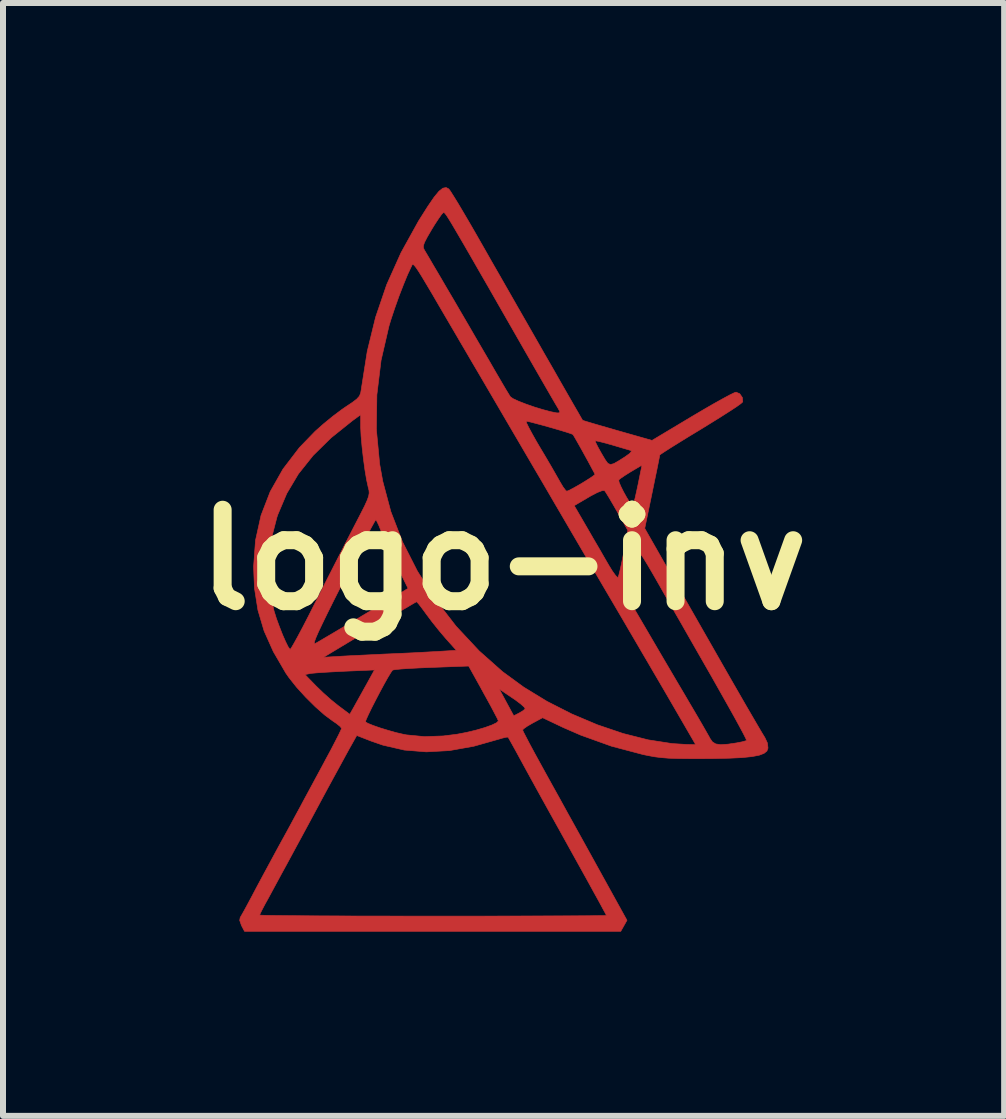
<source format=kicad_pcb>
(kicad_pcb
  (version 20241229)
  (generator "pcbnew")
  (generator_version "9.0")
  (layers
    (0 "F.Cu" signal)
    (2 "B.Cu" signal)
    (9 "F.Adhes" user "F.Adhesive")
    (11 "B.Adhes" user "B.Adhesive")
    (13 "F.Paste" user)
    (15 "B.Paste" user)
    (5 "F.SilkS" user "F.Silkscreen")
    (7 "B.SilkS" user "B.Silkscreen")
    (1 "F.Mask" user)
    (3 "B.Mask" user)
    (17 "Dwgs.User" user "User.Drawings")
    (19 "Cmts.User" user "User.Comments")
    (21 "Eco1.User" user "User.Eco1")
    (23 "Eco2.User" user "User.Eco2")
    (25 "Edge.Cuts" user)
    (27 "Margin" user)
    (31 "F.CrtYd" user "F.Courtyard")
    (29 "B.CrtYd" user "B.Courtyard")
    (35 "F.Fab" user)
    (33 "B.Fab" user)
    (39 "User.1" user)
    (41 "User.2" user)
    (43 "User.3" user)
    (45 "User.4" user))
  (footprint "logo-inv"
    (layer "F.Cu")
    (at 5.341 6.279)
    (property "Reference" "logo-inv" (at 0 0 0) (layer "F.SilkS") (effects (font (size 1.524 1.524) (thickness 0.3))))
    (attr through_hole)
    (fp_poly (pts (xy -0.913 -6.181) (xy -0.886 -6.145) (xy -0.832 -6.06) (xy -0.755 -5.935) (xy -0.662 -5.778) (xy -0.554 -5.594) (xy -0.438 -5.393) (xy -0.423 -5.366) (xy -0.316 -5.179) (xy -0.194 -4.964) (xy -0.059 -4.729) (xy 0.085 -4.477) (xy 0.234 -4.216) (xy 0.386 -3.951) (xy 0.537 -3.687) (xy 0.683 -3.431) (xy 0.823 -3.188) (xy 0.951 -2.963) (xy 1.065 -2.764) (xy 1.162 -2.595) (xy 1.239 -2.462) (xy 1.291 -2.371) (xy 1.316 -2.328) (xy 1.317 -2.326) (xy 1.348 -2.315) (xy 1.43 -2.29) (xy 1.555 -2.253) (xy 1.711 -2.208) (xy 1.891 -2.156) (xy 1.898 -2.154) (xy 2.474 -1.99) (xy 3.145 -2.392) (xy 3.333 -2.503) (xy 3.506 -2.603) (xy 3.655 -2.686) (xy 3.772 -2.749) (xy 3.849 -2.786) (xy 3.875 -2.794) (xy 3.937 -2.767) (xy 3.98 -2.704) (xy 3.986 -2.635) (xy 3.984 -2.63) (xy 3.953 -2.602) (xy 3.876 -2.547) (xy 3.758 -2.47) (xy 3.609 -2.375) (xy 3.435 -2.267) (xy 3.286 -2.175) (xy 3.099 -2.062) (xy 2.932 -1.959) (xy 2.792 -1.872) (xy 2.686 -1.804) (xy 2.621 -1.761) (xy 2.603 -1.747) (xy 2.597 -1.712) (xy 2.58 -1.625) (xy 2.554 -1.495) (xy 2.52 -1.333) (xy 2.482 -1.147) (xy 2.478 -1.127) (xy 2.353 -0.524) (xy 2.679 0.048) (xy 2.771 0.208) (xy 2.888 0.414) (xy 3.025 0.653) (xy 3.176 0.917) (xy 3.334 1.194) (xy 3.494 1.474) (xy 3.649 1.746) (xy 3.791 1.994) (xy 3.925 2.227) (xy 4.047 2.439) (xy 4.155 2.624) (xy 4.243 2.775) (xy 4.309 2.887) (xy 4.348 2.951) (xy 4.355 2.962) (xy 4.397 3.052) (xy 4.407 3.137) (xy 4.389 3.186) (xy 4.341 3.225) (xy 4.26 3.256) (xy 4.139 3.279) (xy 3.973 3.296) (xy 3.758 3.306) (xy 3.486 3.312) (xy 3.334 3.313) (xy 3.094 3.313) (xy 2.906 3.311) (xy 2.755 3.306) (xy 2.63 3.296) (xy 2.517 3.282) (xy 2.404 3.261) (xy 2.326 3.245) (xy 1.8 3.106) (xy 1.288 2.922) (xy 0.996 2.795) (xy 0.651 2.631) (xy 0.484 2.721) (xy 0.396 2.772) (xy 0.335 2.815) (xy 0.318 2.835) (xy 0.332 2.869) (xy 0.374 2.95) (xy 0.437 3.071) (xy 0.519 3.223) (xy 0.615 3.398) (xy 0.681 3.518) (xy 0.793 3.721) (xy 0.928 3.964) (xy 1.077 4.235) (xy 1.234 4.518) (xy 1.389 4.798) (xy 1.535 5.062) (xy 1.551 5.091) (xy 2.057 6.007) (xy 2.005 6.099) (xy 1.953 6.191) (xy -1.182 6.191) (xy -4.316 6.191) (xy -4.367 6.094) (xy -4.397 6.008) (xy -4.388 5.959) (xy -4.364 5.92) (xy -4.064 5.92) (xy -4.033 5.922) (xy -3.943 5.925) (xy -3.798 5.927) (xy -3.604 5.929) (xy -3.363 5.931) (xy -3.081 5.933) (xy -2.763 5.934) (xy -2.412 5.936) (xy -2.034 5.936) (xy -1.632 5.937) (xy -1.211 5.937) (xy -1.175 5.937) (xy -0.752 5.937) (xy -0.349 5.937) (xy 0.032 5.936) (xy 0.385 5.935) (xy 0.707 5.934) (xy 0.992 5.933) (xy 1.236 5.932) (xy 1.434 5.931) (xy 1.583 5.929) (xy 1.678 5.928) (xy 1.714 5.926) (xy 1.714 5.926) (xy 1.7 5.896) (xy 1.657 5.818) (xy 1.592 5.697) (xy 1.505 5.54) (xy 1.403 5.354) (xy 1.287 5.145) (xy 1.196 4.981) (xy 1.037 4.694) (xy 0.904 4.454) (xy 0.793 4.255) (xy 0.7 4.087) (xy 0.62 3.943) (xy 0.55 3.816) (xy 0.484 3.696) (xy 0.419 3.578) (xy 0.35 3.452) (xy 0.277 3.318) (xy 0.204 3.184) (xy 0.142 3.072) (xy 0.097 2.992) (xy 0.076 2.956) (xy 0.075 2.955) (xy 0.041 2.956) (xy -0.031 2.974) (xy -0.056 2.982) (xy -0.494 3.106) (xy -0.902 3.179) (xy -1.287 3.2) (xy -1.655 3.17) (xy -2.011 3.088) (xy -2.21 3.019) (xy -2.446 2.927) (xy -2.52 3.059) (xy -2.567 3.142) (xy -2.637 3.27) (xy -2.724 3.43) (xy -2.823 3.611) (xy -2.927 3.802) (xy -3.029 3.991) (xy -3.119 4.159) (xy -3.177 4.267) (xy -3.255 4.412) (xy -3.344 4.577) (xy -3.434 4.743) (xy -3.445 4.763) (xy -3.534 4.928) (xy -3.624 5.094) (xy -3.705 5.242) (xy -3.766 5.355) (xy -3.772 5.366) (xy -3.844 5.499) (xy -3.919 5.638) (xy -3.974 5.737) (xy -4.022 5.828) (xy -4.055 5.895) (xy -4.064 5.92) (xy -4.364 5.92) (xy -4.363 5.917) (xy -4.315 5.832) (xy -4.252 5.715) (xy -4.179 5.579) (xy -4.178 5.576) (xy -4.097 5.423) (xy -3.996 5.235) (xy -3.885 5.03) (xy -3.777 4.83) (xy -3.734 4.751) (xy -3.636 4.573) (xy -3.539 4.395) (xy -3.452 4.233) (xy -3.381 4.103) (xy -3.352 4.048) (xy -3.296 3.944) (xy -3.217 3.798) (xy -3.125 3.627) (xy -3.027 3.446) (xy -2.966 3.331) (xy -2.879 3.17) (xy -2.805 3.027) (xy -2.746 2.912) (xy -2.71 2.836) (xy -2.699 2.807) (xy -2.724 2.776) (xy -2.787 2.725) (xy -2.826 2.699) (xy -2.302 2.699) (xy -2.301 2.7) (xy -2.262 2.724) (xy -2.176 2.759) (xy -2.059 2.8) (xy -1.925 2.841) (xy -1.791 2.879) (xy -1.67 2.907) (xy -1.619 2.917) (xy -1.318 2.946) (xy -1.004 2.935) (xy -0.774 2.906) (xy -0.613 2.875) (xy -0.455 2.837) (xy -0.312 2.795) (xy -0.195 2.753) (xy -0.116 2.715) (xy -0.086 2.685) (xy -0.087 2.683) (xy -0.103 2.645) (xy -0.146 2.563) (xy -0.208 2.445) (xy -0.286 2.303) (xy -0.337 2.211) (xy -0.368 2.153) (xy -0.071 2.153) (xy 0.049 2.376) (xy 0.17 2.599) (xy 0.258 2.554) (xy 0.325 2.514) (xy 0.361 2.483) (xy 0.344 2.454) (xy 0.285 2.401) (xy 0.195 2.333) (xy 0.153 2.305) (xy -0.071 2.153) (xy -0.368 2.153) (xy -0.581 1.77) (xy -1.203 1.793) (xy -1.396 1.801) (xy -1.567 1.81) (xy -1.706 1.819) (xy -1.803 1.829) (xy -1.848 1.837) (xy -1.849 1.838) (xy -1.879 1.88) (xy -1.929 1.963) (xy -1.992 2.075) (xy -2.062 2.205) (xy -2.133 2.341) (xy -2.199 2.47) (xy -2.253 2.581) (xy -2.289 2.661) (xy -2.302 2.699) (xy -2.826 2.699) (xy -2.848 2.684) (xy -2.983 2.584) (xy -3.138 2.447) (xy -3.298 2.288) (xy -3.45 2.121) (xy -3.577 1.961) (xy -3.611 1.912) (xy -3.309 1.912) (xy -3.123 2.103) (xy -3.005 2.217) (xy -2.872 2.335) (xy -2.752 2.432) (xy -2.749 2.434) (xy -2.562 2.574) (xy -2.494 2.454) (xy -2.447 2.369) (xy -2.381 2.251) (xy -2.309 2.121) (xy -2.288 2.084) (xy -2.151 1.835) (xy -2.639 1.856) (xy -2.816 1.865) (xy -2.977 1.874) (xy -3.108 1.883) (xy -3.196 1.891) (xy -3.218 1.894) (xy -3.309 1.912) (xy -3.611 1.912) (xy -3.629 1.886) (xy -3.781 1.624) (xy -3 1.624) (xy -2.699 1.606) (xy -2.552 1.598) (xy -2.363 1.589) (xy -2.157 1.579) (xy -1.954 1.569) (xy -1.921 1.568) (xy -1.718 1.559) (xy -1.503 1.549) (xy -1.301 1.538) (xy -1.135 1.529) (xy -1.116 1.528) (xy -0.786 1.508) (xy -0.961 1.313) (xy -1.071 1.183) (xy -1.189 1.036) (xy -1.285 0.908) (xy -1.356 0.811) (xy -1.412 0.738) (xy -1.445 0.701) (xy -1.448 0.699) (xy -1.478 0.714) (xy -1.555 0.759) (xy -1.672 0.828) (xy -1.823 0.917) (xy -2 1.023) (xy -2.197 1.141) (xy -2.231 1.161) (xy -3 1.624) (xy -3.781 1.624) (xy -3.836 1.53) (xy -3.99 1.185) (xy -4.093 0.838) (xy -4.15 0.475) (xy -4.159 0.272) (xy -3.908 0.272) (xy -3.879 0.596) (xy -3.825 0.85) (xy -3.785 0.978) (xy -3.735 1.114) (xy -3.683 1.247) (xy -3.632 1.363) (xy -3.59 1.448) (xy -3.56 1.49) (xy -3.555 1.492) (xy -3.535 1.465) (xy -3.493 1.393) (xy -3.155 1.393) (xy -3.143 1.397) (xy -3.139 1.395) (xy -3.092 1.369) (xy -2.999 1.314) (xy -2.868 1.237) (xy -2.706 1.141) (xy -2.521 1.031) (xy -2.327 0.916) (xy -1.591 0.476) (xy -1.776 0.103) (xy -1.854 -0.059) (xy -1.93 -0.222) (xy -1.994 -0.365) (xy -2.036 -0.468) (xy -2.076 -0.568) (xy -2.11 -0.64) (xy -2.129 -0.667) (xy -2.147 -0.639) (xy -2.19 -0.562) (xy -2.256 -0.44) (xy -2.34 -0.28) (xy -2.439 -0.088) (xy -2.551 0.13) (xy -2.672 0.366) (xy -2.681 0.384) (xy -2.822 0.663) (xy -2.935 0.89) (xy -3.022 1.069) (xy -3.086 1.204) (xy -3.128 1.301) (xy -3.15 1.362) (xy -3.155 1.393) (xy -3.493 1.393) (xy -3.49 1.388) (xy -3.424 1.268) (xy -3.342 1.114) (xy -3.247 0.93) (xy -3.144 0.726) (xy -3.126 0.691) (xy -3.005 0.45) (xy -2.877 0.199) (xy -2.751 -0.048) (xy -2.634 -0.278) (xy -2.532 -0.476) (xy -2.471 -0.594) (xy -2.38 -0.77) (xy -2.314 -0.9) (xy -2.272 -0.993) (xy -2.248 -1.06) (xy -2.239 -1.112) (xy -2.242 -1.157) (xy -2.254 -1.206) (xy -2.255 -1.208) (xy -2.282 -1.332) (xy -2.31 -1.499) (xy -2.336 -1.691) (xy -2.358 -1.886) (xy -2.374 -2.065) (xy -2.379 -2.169) (xy -2.119 -2.169) (xy -2.064 -1.593) (xy -2.013 -1.31) (xy -1.878 -0.803) (xy -1.684 -0.301) (xy -1.435 0.189) (xy -1.136 0.66) (xy -0.791 1.106) (xy -0.406 1.518) (xy -0.016 1.864) (xy 0.337 2.122) (xy 0.725 2.359) (xy 1.138 2.569) (xy 1.564 2.749) (xy 1.992 2.894) (xy 2.411 3) (xy 2.81 3.062) (xy 3.038 3.076) (xy 3.202 3.08) (xy 2.995 2.723) (xy 2.843 2.461) (xy 2.716 2.242) (xy 2.607 2.055) (xy 2.508 1.886) (xy 2.413 1.723) (xy 2.315 1.556) (xy 2.207 1.371) (xy 2.081 1.156) (xy 2.017 1.046) (xy 1.804 0.683) (xy 2.101 0.683) (xy 2.5 1.365) (xy 2.628 1.584) (xy 2.762 1.812) (xy 2.893 2.035) (xy 3.013 2.238) (xy 3.112 2.407) (xy 3.144 2.461) (xy 3.234 2.614) (xy 3.317 2.757) (xy 3.385 2.876) (xy 3.431 2.957) (xy 3.441 2.977) (xy 3.481 3.034) (xy 3.536 3.068) (xy 3.618 3.08) (xy 3.74 3.072) (xy 3.882 3.051) (xy 3.974 3.033) (xy 4.036 3.016) (xy 4.05 3.009) (xy 4.038 2.979) (xy 3.998 2.899) (xy 3.932 2.776) (xy 3.844 2.615) (xy 3.736 2.422) (xy 3.612 2.202) (xy 3.476 1.961) (xy 3.378 1.79) (xy 3.231 1.533) (xy 3.092 1.29) (xy 2.965 1.067) (xy 2.852 0.871) (xy 2.758 0.706) (xy 2.686 0.581) (xy 2.64 0.5) (xy 2.627 0.476) (xy 2.5 0.254) (xy 2.402 0.086) (xy 2.331 -0.03) (xy 2.286 -0.094) (xy 2.265 -0.111) (xy 2.264 -0.109) (xy 2.255 -0.068) (xy 2.235 0.022) (xy 2.209 0.148) (xy 2.179 0.297) (xy 2.178 0.302) (xy 2.101 0.683) (xy 1.804 0.683) (xy 1.755 0.6) (xy 1.522 0.203) (xy 1.314 -0.152) (xy 1.128 -0.47) (xy 0.96 -0.758) (xy 0.875 -0.903) (xy 1.178 -0.903) (xy 1.399 -0.523) (xy 1.494 -0.358) (xy 1.593 -0.189) (xy 1.682 -0.034) (xy 1.751 0.085) (xy 1.752 0.087) (xy 1.815 0.189) (xy 1.868 0.262) (xy 1.901 0.294) (xy 1.907 0.294) (xy 1.921 0.255) (xy 1.943 0.166) (xy 1.97 0.042) (xy 1.999 -0.107) (xy 2 -0.111) (xy 2.071 -0.492) (xy 1.89 -0.81) (xy 1.816 -0.938) (xy 1.752 -1.047) (xy 1.704 -1.124) (xy 1.682 -1.155) (xy 1.643 -1.153) (xy 1.563 -1.122) (xy 1.454 -1.065) (xy 1.417 -1.043) (xy 1.178 -0.903) (xy 0.875 -0.903) (xy 0.809 -1.016) (xy 0.734 -1.145) (xy 0.633 -1.318) (xy 0.512 -1.524) (xy 0.378 -1.753) (xy 0.237 -1.994) (xy 0.095 -2.236) (xy 0.052 -2.31) (xy 0.376 -2.31) (xy 0.383 -2.282) (xy 0.419 -2.208) (xy 0.477 -2.1) (xy 0.553 -1.965) (xy 0.602 -1.882) (xy 0.698 -1.721) (xy 0.789 -1.566) (xy 0.867 -1.43) (xy 0.925 -1.328) (xy 0.939 -1.303) (xy 0.991 -1.216) (xy 1.034 -1.158) (xy 1.054 -1.143) (xy 1.092 -1.158) (xy 1.17 -1.199) (xy 1.272 -1.257) (xy 1.303 -1.275) (xy 1.395 -1.332) (xy 1.92 -1.332) (xy 1.925 -1.294) (xy 1.955 -1.223) (xy 2 -1.133) (xy 2.051 -1.041) (xy 2.1 -0.963) (xy 2.138 -0.913) (xy 2.155 -0.906) (xy 2.169 -0.943) (xy 2.192 -1.029) (xy 2.219 -1.15) (xy 2.241 -1.252) (xy 2.307 -1.578) (xy 2.121 -1.468) (xy 2.025 -1.408) (xy 1.953 -1.359) (xy 1.92 -1.332) (xy 1.395 -1.332) (xy 1.405 -1.338) (xy 1.482 -1.389) (xy 1.522 -1.42) (xy 1.524 -1.424) (xy 1.51 -1.454) (xy 1.471 -1.526) (xy 1.417 -1.627) (xy 1.353 -1.743) (xy 1.288 -1.861) (xy 1.228 -1.967) (xy 1.219 -1.983) (xy 1.528 -1.983) (xy 1.537 -1.952) (xy 1.572 -1.881) (xy 1.626 -1.784) (xy 1.637 -1.765) (xy 1.695 -1.667) (xy 1.738 -1.608) (xy 1.782 -1.588) (xy 1.84 -1.604) (xy 1.928 -1.655) (xy 2.025 -1.717) (xy 2.103 -1.773) (xy 2.132 -1.81) (xy 2.124 -1.821) (xy 2.075 -1.836) (xy 1.982 -1.863) (xy 1.861 -1.899) (xy 1.81 -1.914) (xy 1.688 -1.948) (xy 1.593 -1.972) (xy 1.536 -1.983) (xy 1.528 -1.983) (xy 1.219 -1.983) (xy 1.181 -2.049) (xy 1.157 -2.088) (xy 1.125 -2.102) (xy 1.046 -2.128) (xy 0.934 -2.162) (xy 0.803 -2.2) (xy 0.669 -2.238) (xy 0.545 -2.271) (xy 0.446 -2.297) (xy 0.387 -2.31) (xy 0.376 -2.31) (xy 0.052 -2.31) (xy 0.047 -2.318) (xy -0.096 -2.563) (xy -0.244 -2.816) (xy -0.389 -3.064) (xy -0.525 -3.295) (xy -0.644 -3.499) (xy -0.74 -3.662) (xy -0.761 -3.699) (xy -0.935 -3.996) (xy -1.079 -4.242) (xy -1.196 -4.443) (xy -1.29 -4.601) (xy -1.363 -4.723) (xy -1.418 -4.811) (xy -1.459 -4.871) (xy -1.487 -4.906) (xy -1.506 -4.921) (xy -1.518 -4.92) (xy -1.527 -4.908) (xy -1.535 -4.889) (xy -1.543 -4.873) (xy -1.6 -4.751) (xy -1.668 -4.585) (xy -1.742 -4.394) (xy -1.813 -4.194) (xy -1.876 -4.005) (xy -1.909 -3.896) (xy -2.041 -3.325) (xy -2.111 -2.748) (xy -2.119 -2.169) (xy -2.379 -2.169) (xy -2.381 -2.208) (xy -2.381 -2.217) (xy -2.381 -2.418) (xy -2.516 -2.32) (xy -2.874 -2.033) (xy -3.173 -1.739) (xy -3.418 -1.432) (xy -3.612 -1.106) (xy -3.761 -0.755) (xy -3.776 -0.711) (xy -3.856 -0.402) (xy -3.9 -0.068) (xy -3.908 0.272) (xy -4.159 0.272) (xy -4.165 0.111) (xy -4.133 -0.325) (xy -4.041 -0.741) (xy -3.888 -1.137) (xy -3.675 -1.513) (xy -3.402 -1.87) (xy -3.139 -2.142) (xy -3 -2.265) (xy -2.845 -2.392) (xy -2.696 -2.504) (xy -2.635 -2.546) (xy -2.518 -2.624) (xy -2.445 -2.68) (xy -2.402 -2.728) (xy -2.381 -2.78) (xy -2.369 -2.849) (xy -2.366 -2.872) (xy -2.271 -3.475) (xy -2.132 -4.043) (xy -1.947 -4.586) (xy -1.709 -5.117) (xy -1.644 -5.235) (xy -1.336 -5.235) (xy -1.334 -5.195) (xy -1.319 -5.163) (xy -1.292 -5.118) (xy -1.237 -5.025) (xy -1.16 -4.893) (xy -1.063 -4.729) (xy -0.953 -4.54) (xy -0.832 -4.335) (xy -0.707 -4.12) (xy -0.58 -3.903) (xy -0.458 -3.692) (xy -0.343 -3.495) (xy -0.24 -3.319) (xy -0.155 -3.171) (xy -0.102 -3.08) (xy -0.026 -2.95) (xy 0.041 -2.836) (xy 0.093 -2.751) (xy 0.115 -2.716) (xy 0.16 -2.685) (xy 0.251 -2.643) (xy 0.374 -2.595) (xy 0.512 -2.547) (xy 0.653 -2.504) (xy 0.779 -2.47) (xy 0.877 -2.45) (xy 0.9 -2.448) (xy 0.935 -2.45) (xy 0.937 -2.472) (xy 0.907 -2.528) (xy 0.895 -2.548) (xy 0.866 -2.597) (xy 0.809 -2.695) (xy 0.728 -2.835) (xy 0.626 -3.012) (xy 0.507 -3.219) (xy 0.375 -3.449) (xy 0.233 -3.697) (xy 0.15 -3.842) (xy -0.065 -4.217) (xy -0.25 -4.541) (xy -0.409 -4.817) (xy -0.542 -5.049) (xy -0.653 -5.241) (xy -0.744 -5.397) (xy -0.816 -5.52) (xy -0.872 -5.615) (xy -0.915 -5.684) (xy -0.946 -5.733) (xy -0.968 -5.763) (xy -0.983 -5.78) (xy -0.993 -5.788) (xy -1 -5.788) (xy -1.001 -5.788) (xy -1.03 -5.76) (xy -1.081 -5.688) (xy -1.148 -5.586) (xy -1.197 -5.506) (xy -1.271 -5.379) (xy -1.316 -5.292) (xy -1.336 -5.235) (xy -1.644 -5.235) (xy -1.417 -5.645) (xy -1.263 -5.889) (xy -1.159 -6.041) (xy -1.077 -6.141) (xy -1.012 -6.193) (xy -0.957 -6.204) (xy -0.913 -6.181)) (stroke (width 0.01) (type solid)) (fill yes) (layer "F.Cu"))
    (fp_poly (pts (xy -0.913 -6.181) (xy -0.886 -6.145) (xy -0.832 -6.06) (xy -0.755 -5.935) (xy -0.662 -5.778) (xy -0.554 -5.594) (xy -0.438 -5.393) (xy -0.423 -5.366) (xy -0.316 -5.179) (xy -0.194 -4.964) (xy -0.059 -4.729) (xy 0.085 -4.477) (xy 0.234 -4.216) (xy 0.386 -3.951) (xy 0.537 -3.687) (xy 0.683 -3.431) (xy 0.823 -3.188) (xy 0.951 -2.963) (xy 1.065 -2.764) (xy 1.162 -2.595) (xy 1.239 -2.462) (xy 1.291 -2.371) (xy 1.316 -2.328) (xy 1.317 -2.326) (xy 1.348 -2.315) (xy 1.43 -2.29) (xy 1.555 -2.253) (xy 1.711 -2.208) (xy 1.891 -2.156) (xy 1.898 -2.154) (xy 2.474 -1.99) (xy 3.145 -2.392) (xy 3.333 -2.503) (xy 3.506 -2.603) (xy 3.655 -2.686) (xy 3.772 -2.749) (xy 3.849 -2.786) (xy 3.875 -2.794) (xy 3.937 -2.767) (xy 3.98 -2.704) (xy 3.986 -2.635) (xy 3.984 -2.63) (xy 3.953 -2.602) (xy 3.876 -2.547) (xy 3.758 -2.47) (xy 3.609 -2.375) (xy 3.435 -2.267) (xy 3.286 -2.175) (xy 3.099 -2.062) (xy 2.932 -1.959) (xy 2.792 -1.872) (xy 2.686 -1.804) (xy 2.621 -1.761) (xy 2.603 -1.747) (xy 2.597 -1.712) (xy 2.58 -1.625) (xy 2.554 -1.495) (xy 2.52 -1.333) (xy 2.482 -1.147) (xy 2.478 -1.127) (xy 2.353 -0.524) (xy 2.679 0.048) (xy 2.771 0.208) (xy 2.888 0.414) (xy 3.025 0.653) (xy 3.176 0.917) (xy 3.334 1.194) (xy 3.494 1.474) (xy 3.649 1.746) (xy 3.791 1.994) (xy 3.925 2.227) (xy 4.047 2.439) (xy 4.155 2.624) (xy 4.243 2.775) (xy 4.309 2.887) (xy 4.348 2.951) (xy 4.355 2.962) (xy 4.397 3.052) (xy 4.407 3.137) (xy 4.389 3.186) (xy 4.341 3.225) (xy 4.26 3.256) (xy 4.139 3.279) (xy 3.973 3.296) (xy 3.758 3.306) (xy 3.486 3.312) (xy 3.334 3.313) (xy 3.094 3.313) (xy 2.906 3.311) (xy 2.755 3.306) (xy 2.63 3.296) (xy 2.517 3.282) (xy 2.404 3.261) (xy 2.326 3.245) (xy 1.8 3.106) (xy 1.288 2.922) (xy 0.996 2.795) (xy 0.651 2.631) (xy 0.484 2.721) (xy 0.396 2.772) (xy 0.335 2.815) (xy 0.318 2.835) (xy 0.332 2.869) (xy 0.374 2.95) (xy 0.437 3.071) (xy 0.519 3.223) (xy 0.615 3.398) (xy 0.681 3.518) (xy 0.793 3.721) (xy 0.928 3.964) (xy 1.077 4.235) (xy 1.234 4.518) (xy 1.389 4.798) (xy 1.535 5.062) (xy 1.551 5.091) (xy 2.057 6.007) (xy 2.005 6.099) (xy 1.953 6.191) (xy -1.182 6.191) (xy -4.316 6.191) (xy -4.367 6.094) (xy -4.397 6.008) (xy -4.388 5.959) (xy -4.364 5.92) (xy -4.064 5.92) (xy -4.033 5.922) (xy -3.943 5.925) (xy -3.798 5.927) (xy -3.604 5.929) (xy -3.363 5.931) (xy -3.081 5.933) (xy -2.763 5.934) (xy -2.412 5.936) (xy -2.034 5.936) (xy -1.632 5.937) (xy -1.211 5.937) (xy -1.175 5.937) (xy -0.752 5.937) (xy -0.349 5.937) (xy 0.032 5.936) (xy 0.385 5.935) (xy 0.707 5.934) (xy 0.992 5.933) (xy 1.236 5.932) (xy 1.434 5.931) (xy 1.583 5.929) (xy 1.678 5.928) (xy 1.714 5.926) (xy 1.714 5.926) (xy 1.7 5.896) (xy 1.657 5.818) (xy 1.592 5.697) (xy 1.505 5.54) (xy 1.403 5.354) (xy 1.287 5.145) (xy 1.196 4.981) (xy 1.037 4.694) (xy 0.904 4.454) (xy 0.793 4.255) (xy 0.7 4.087) (xy 0.62 3.943) (xy 0.55 3.816) (xy 0.484 3.696) (xy 0.419 3.578) (xy 0.35 3.452) (xy 0.277 3.318) (xy 0.204 3.184) (xy 0.142 3.072) (xy 0.097 2.992) (xy 0.076 2.956) (xy 0.075 2.955) (xy 0.041 2.956) (xy -0.031 2.974) (xy -0.056 2.982) (xy -0.494 3.106) (xy -0.902 3.179) (xy -1.287 3.2) (xy -1.655 3.17) (xy -2.011 3.088) (xy -2.21 3.019) (xy -2.446 2.927) (xy -2.52 3.059) (xy -2.567 3.142) (xy -2.637 3.27) (xy -2.724 3.43) (xy -2.823 3.611) (xy -2.927 3.802) (xy -3.029 3.991) (xy -3.119 4.159) (xy -3.177 4.267) (xy -3.255 4.412) (xy -3.344 4.577) (xy -3.434 4.743) (xy -3.445 4.763) (xy -3.534 4.928) (xy -3.624 5.094) (xy -3.705 5.242) (xy -3.766 5.355) (xy -3.772 5.366) (xy -3.844 5.499) (xy -3.919 5.638) (xy -3.974 5.737) (xy -4.022 5.828) (xy -4.055 5.895) (xy -4.064 5.92) (xy -4.364 5.92) (xy -4.363 5.917) (xy -4.315 5.832) (xy -4.252 5.715) (xy -4.179 5.579) (xy -4.178 5.576) (xy -4.097 5.423) (xy -3.996 5.235) (xy -3.885 5.03) (xy -3.777 4.83) (xy -3.734 4.751) (xy -3.636 4.573) (xy -3.539 4.395) (xy -3.452 4.233) (xy -3.381 4.103) (xy -3.352 4.048) (xy -3.296 3.944) (xy -3.217 3.798) (xy -3.125 3.627) (xy -3.027 3.446) (xy -2.966 3.331) (xy -2.879 3.17) (xy -2.805 3.027) (xy -2.746 2.912) (xy -2.71 2.836) (xy -2.699 2.807) (xy -2.724 2.776) (xy -2.787 2.725) (xy -2.826 2.699) (xy -2.302 2.699) (xy -2.301 2.7) (xy -2.262 2.724) (xy -2.176 2.759) (xy -2.059 2.8) (xy -1.925 2.841) (xy -1.791 2.879) (xy -1.67 2.907) (xy -1.619 2.917) (xy -1.318 2.946) (xy -1.004 2.935) (xy -0.774 2.906) (xy -0.613 2.875) (xy -0.455 2.837) (xy -0.312 2.795) (xy -0.195 2.753) (xy -0.116 2.715) (xy -0.086 2.685) (xy -0.087 2.683) (xy -0.103 2.645) (xy -0.146 2.563) (xy -0.208 2.445) (xy -0.286 2.303) (xy -0.337 2.211) (xy -0.368 2.153) (xy -0.071 2.153) (xy 0.049 2.376) (xy 0.17 2.599) (xy 0.258 2.554) (xy 0.325 2.514) (xy 0.361 2.483) (xy 0.344 2.454) (xy 0.285 2.401) (xy 0.195 2.333) (xy 0.153 2.305) (xy -0.071 2.153) (xy -0.368 2.153) (xy -0.581 1.77) (xy -1.203 1.793) (xy -1.396 1.801) (xy -1.567 1.81) (xy -1.706 1.819) (xy -1.803 1.829) (xy -1.848 1.837) (xy -1.849 1.838) (xy -1.879 1.88) (xy -1.929 1.963) (xy -1.992 2.075) (xy -2.062 2.205) (xy -2.133 2.341) (xy -2.199 2.47) (xy -2.253 2.581) (xy -2.289 2.661) (xy -2.302 2.699) (xy -2.826 2.699) (xy -2.848 2.684) (xy -2.983 2.584) (xy -3.138 2.447) (xy -3.298 2.288) (xy -3.45 2.121) (xy -3.577 1.961) (xy -3.611 1.912) (xy -3.309 1.912) (xy -3.123 2.103) (xy -3.005 2.217) (xy -2.872 2.335) (xy -2.752 2.432) (xy -2.749 2.434) (xy -2.562 2.574) (xy -2.494 2.454) (xy -2.447 2.369) (xy -2.381 2.251) (xy -2.309 2.121) (xy -2.288 2.084) (xy -2.151 1.835) (xy -2.639 1.856) (xy -2.816 1.865) (xy -2.977 1.874) (xy -3.108 1.883) (xy -3.196 1.891) (xy -3.218 1.894) (xy -3.309 1.912) (xy -3.611 1.912) (xy -3.629 1.886) (xy -3.781 1.624) (xy -3 1.624) (xy -2.699 1.606) (xy -2.552 1.598) (xy -2.363 1.589) (xy -2.157 1.579) (xy -1.954 1.569) (xy -1.921 1.568) (xy -1.718 1.559) (xy -1.503 1.549) (xy -1.301 1.538) (xy -1.135 1.529) (xy -1.116 1.528) (xy -0.786 1.508) (xy -0.961 1.313) (xy -1.071 1.183) (xy -1.189 1.036) (xy -1.285 0.908) (xy -1.356 0.811) (xy -1.412 0.738) (xy -1.445 0.701) (xy -1.448 0.699) (xy -1.478 0.714) (xy -1.555 0.759) (xy -1.672 0.828) (xy -1.823 0.917) (xy -2 1.023) (xy -2.197 1.141) (xy -2.231 1.161) (xy -3 1.624) (xy -3.781 1.624) (xy -3.836 1.53) (xy -3.99 1.185) (xy -4.093 0.838) (xy -4.15 0.475) (xy -4.159 0.272) (xy -3.908 0.272) (xy -3.879 0.596) (xy -3.825 0.85) (xy -3.785 0.978) (xy -3.735 1.114) (xy -3.683 1.247) (xy -3.632 1.363) (xy -3.59 1.448) (xy -3.56 1.49) (xy -3.555 1.492) (xy -3.535 1.465) (xy -3.493 1.393) (xy -3.155 1.393) (xy -3.143 1.397) (xy -3.139 1.395) (xy -3.092 1.369) (xy -2.999 1.314) (xy -2.868 1.237) (xy -2.706 1.141) (xy -2.521 1.031) (xy -2.327 0.916) (xy -1.591 0.476) (xy -1.776 0.103) (xy -1.854 -0.059) (xy -1.93 -0.222) (xy -1.994 -0.365) (xy -2.036 -0.468) (xy -2.076 -0.568) (xy -2.11 -0.64) (xy -2.129 -0.667) (xy -2.147 -0.639) (xy -2.19 -0.562) (xy -2.256 -0.44) (xy -2.34 -0.28) (xy -2.439 -0.088) (xy -2.551 0.13) (xy -2.672 0.366) (xy -2.681 0.384) (xy -2.822 0.663) (xy -2.935 0.89) (xy -3.022 1.069) (xy -3.086 1.204) (xy -3.128 1.301) (xy -3.15 1.362) (xy -3.155 1.393) (xy -3.493 1.393) (xy -3.49 1.388) (xy -3.424 1.268) (xy -3.342 1.114) (xy -3.247 0.93) (xy -3.144 0.726) (xy -3.126 0.691) (xy -3.005 0.45) (xy -2.877 0.199) (xy -2.751 -0.048) (xy -2.634 -0.278) (xy -2.532 -0.476) (xy -2.471 -0.594) (xy -2.38 -0.77) (xy -2.314 -0.9) (xy -2.272 -0.993) (xy -2.248 -1.06) (xy -2.239 -1.112) (xy -2.242 -1.157) (xy -2.254 -1.206) (xy -2.255 -1.208) (xy -2.282 -1.332) (xy -2.31 -1.499) (xy -2.336 -1.691) (xy -2.358 -1.886) (xy -2.374 -2.065) (xy -2.379 -2.169) (xy -2.119 -2.169) (xy -2.064 -1.593) (xy -2.013 -1.31) (xy -1.878 -0.803) (xy -1.684 -0.301) (xy -1.435 0.189) (xy -1.136 0.66) (xy -0.791 1.106) (xy -0.406 1.518) (xy -0.016 1.864) (xy 0.337 2.122) (xy 0.725 2.359) (xy 1.138 2.569) (xy 1.564 2.749) (xy 1.992 2.894) (xy 2.411 3) (xy 2.81 3.062) (xy 3.038 3.076) (xy 3.202 3.08) (xy 2.995 2.723) (xy 2.843 2.461) (xy 2.716 2.242) (xy 2.607 2.055) (xy 2.508 1.886) (xy 2.413 1.723) (xy 2.315 1.556) (xy 2.207 1.371) (xy 2.081 1.156) (xy 2.017 1.046) (xy 1.804 0.683) (xy 2.101 0.683) (xy 2.5 1.365) (xy 2.628 1.584) (xy 2.762 1.812) (xy 2.893 2.035) (xy 3.013 2.238) (xy 3.112 2.407) (xy 3.144 2.461) (xy 3.234 2.614) (xy 3.317 2.757) (xy 3.385 2.876) (xy 3.431 2.957) (xy 3.441 2.977) (xy 3.481 3.034) (xy 3.536 3.068) (xy 3.618 3.08) (xy 3.74 3.072) (xy 3.882 3.051) (xy 3.974 3.033) (xy 4.036 3.016) (xy 4.05 3.009) (xy 4.038 2.979) (xy 3.998 2.899) (xy 3.932 2.776) (xy 3.844 2.615) (xy 3.736 2.422) (xy 3.612 2.202) (xy 3.476 1.961) (xy 3.378 1.79) (xy 3.231 1.533) (xy 3.092 1.29) (xy 2.965 1.067) (xy 2.852 0.871) (xy 2.758 0.706) (xy 2.686 0.581) (xy 2.64 0.5) (xy 2.627 0.476) (xy 2.5 0.254) (xy 2.402 0.086) (xy 2.331 -0.03) (xy 2.286 -0.094) (xy 2.265 -0.111) (xy 2.264 -0.109) (xy 2.255 -0.068) (xy 2.235 0.022) (xy 2.209 0.148) (xy 2.179 0.297) (xy 2.178 0.302) (xy 2.101 0.683) (xy 1.804 0.683) (xy 1.755 0.6) (xy 1.522 0.203) (xy 1.314 -0.152) (xy 1.128 -0.47) (xy 0.96 -0.758) (xy 0.875 -0.903) (xy 1.178 -0.903) (xy 1.399 -0.523) (xy 1.494 -0.358) (xy 1.593 -0.189) (xy 1.682 -0.034) (xy 1.751 0.085) (xy 1.752 0.087) (xy 1.815 0.189) (xy 1.868 0.262) (xy 1.901 0.294) (xy 1.907 0.294) (xy 1.921 0.255) (xy 1.943 0.166) (xy 1.97 0.042) (xy 1.999 -0.107) (xy 2 -0.111) (xy 2.071 -0.492) (xy 1.89 -0.81) (xy 1.816 -0.938) (xy 1.752 -1.047) (xy 1.704 -1.124) (xy 1.682 -1.155) (xy 1.643 -1.153) (xy 1.563 -1.122) (xy 1.454 -1.065) (xy 1.417 -1.043) (xy 1.178 -0.903) (xy 0.875 -0.903) (xy 0.809 -1.016) (xy 0.734 -1.145) (xy 0.633 -1.318) (xy 0.512 -1.524) (xy 0.378 -1.753) (xy 0.237 -1.994) (xy 0.095 -2.236) (xy 0.052 -2.31) (xy 0.376 -2.31) (xy 0.383 -2.282) (xy 0.419 -2.208) (xy 0.477 -2.1) (xy 0.553 -1.965) (xy 0.602 -1.882) (xy 0.698 -1.721) (xy 0.789 -1.566) (xy 0.867 -1.43) (xy 0.925 -1.328) (xy 0.939 -1.303) (xy 0.991 -1.216) (xy 1.034 -1.158) (xy 1.054 -1.143) (xy 1.092 -1.158) (xy 1.17 -1.199) (xy 1.272 -1.257) (xy 1.303 -1.275) (xy 1.395 -1.332) (xy 1.92 -1.332) (xy 1.925 -1.294) (xy 1.955 -1.223) (xy 2 -1.133) (xy 2.051 -1.041) (xy 2.1 -0.963) (xy 2.138 -0.913) (xy 2.155 -0.906) (xy 2.169 -0.943) (xy 2.192 -1.029) (xy 2.219 -1.15) (xy 2.241 -1.252) (xy 2.307 -1.578) (xy 2.121 -1.468) (xy 2.025 -1.408) (xy 1.953 -1.359) (xy 1.92 -1.332) (xy 1.395 -1.332) (xy 1.405 -1.338) (xy 1.482 -1.389) (xy 1.522 -1.42) (xy 1.524 -1.424) (xy 1.51 -1.454) (xy 1.471 -1.526) (xy 1.417 -1.627) (xy 1.353 -1.743) (xy 1.288 -1.861) (xy 1.228 -1.967) (xy 1.219 -1.983) (xy 1.528 -1.983) (xy 1.537 -1.952) (xy 1.572 -1.881) (xy 1.626 -1.784) (xy 1.637 -1.765) (xy 1.695 -1.667) (xy 1.738 -1.608) (xy 1.782 -1.588) (xy 1.84 -1.604) (xy 1.928 -1.655) (xy 2.025 -1.717) (xy 2.103 -1.773) (xy 2.132 -1.81) (xy 2.124 -1.821) (xy 2.075 -1.836) (xy 1.982 -1.863) (xy 1.861 -1.899) (xy 1.81 -1.914) (xy 1.688 -1.948) (xy 1.593 -1.972) (xy 1.536 -1.983) (xy 1.528 -1.983) (xy 1.219 -1.983) (xy 1.181 -2.049) (xy 1.157 -2.088) (xy 1.125 -2.102) (xy 1.046 -2.128) (xy 0.934 -2.162) (xy 0.803 -2.2) (xy 0.669 -2.238) (xy 0.545 -2.271) (xy 0.446 -2.297) (xy 0.387 -2.31) (xy 0.376 -2.31) (xy 0.052 -2.31) (xy 0.047 -2.318) (xy -0.096 -2.563) (xy -0.244 -2.816) (xy -0.389 -3.064) (xy -0.525 -3.295) (xy -0.644 -3.499) (xy -0.74 -3.662) (xy -0.761 -3.699) (xy -0.935 -3.996) (xy -1.079 -4.242) (xy -1.196 -4.443) (xy -1.29 -4.601) (xy -1.363 -4.723) (xy -1.418 -4.811) (xy -1.459 -4.871) (xy -1.487 -4.906) (xy -1.506 -4.921) (xy -1.518 -4.92) (xy -1.527 -4.908) (xy -1.535 -4.889) (xy -1.543 -4.873) (xy -1.6 -4.751) (xy -1.668 -4.585) (xy -1.742 -4.394) (xy -1.813 -4.194) (xy -1.876 -4.005) (xy -1.909 -3.896) (xy -2.041 -3.325) (xy -2.111 -2.748) (xy -2.119 -2.169) (xy -2.379 -2.169) (xy -2.381 -2.208) (xy -2.381 -2.217) (xy -2.381 -2.418) (xy -2.516 -2.32) (xy -2.874 -2.033) (xy -3.173 -1.739) (xy -3.418 -1.432) (xy -3.612 -1.106) (xy -3.761 -0.755) (xy -3.776 -0.711) (xy -3.856 -0.402) (xy -3.9 -0.068) (xy -3.908 0.272) (xy -4.159 0.272) (xy -4.165 0.111) (xy -4.133 -0.325) (xy -4.041 -0.741) (xy -3.888 -1.137) (xy -3.675 -1.513) (xy -3.402 -1.87) (xy -3.139 -2.142) (xy -3 -2.265) (xy -2.845 -2.392) (xy -2.696 -2.504) (xy -2.635 -2.546) (xy -2.518 -2.624) (xy -2.445 -2.68) (xy -2.402 -2.728) (xy -2.381 -2.78) (xy -2.369 -2.849) (xy -2.366 -2.872) (xy -2.271 -3.475) (xy -2.132 -4.043) (xy -1.947 -4.586) (xy -1.709 -5.117) (xy -1.644 -5.235) (xy -1.336 -5.235) (xy -1.334 -5.195) (xy -1.319 -5.163) (xy -1.292 -5.118) (xy -1.237 -5.025) (xy -1.16 -4.893) (xy -1.063 -4.729) (xy -0.953 -4.54) (xy -0.832 -4.335) (xy -0.707 -4.12) (xy -0.58 -3.903) (xy -0.458 -3.692) (xy -0.343 -3.495) (xy -0.24 -3.319) (xy -0.155 -3.171) (xy -0.102 -3.08) (xy -0.026 -2.95) (xy 0.041 -2.836) (xy 0.093 -2.751) (xy 0.115 -2.716) (xy 0.16 -2.685) (xy 0.251 -2.643) (xy 0.374 -2.595) (xy 0.512 -2.547) (xy 0.653 -2.504) (xy 0.779 -2.47) (xy 0.877 -2.45) (xy 0.9 -2.448) (xy 0.935 -2.45) (xy 0.937 -2.472) (xy 0.907 -2.528) (xy 0.895 -2.548) (xy 0.866 -2.597) (xy 0.809 -2.695) (xy 0.728 -2.835) (xy 0.626 -3.012) (xy 0.507 -3.219) (xy 0.375 -3.449) (xy 0.233 -3.697) (xy 0.15 -3.842) (xy -0.065 -4.217) (xy -0.25 -4.541) (xy -0.409 -4.817) (xy -0.542 -5.049) (xy -0.653 -5.241) (xy -0.744 -5.397) (xy -0.816 -5.52) (xy -0.872 -5.615) (xy -0.915 -5.684) (xy -0.946 -5.733) (xy -0.968 -5.763) (xy -0.983 -5.78) (xy -0.993 -5.788) (xy -1 -5.788) (xy -1.001 -5.788) (xy -1.03 -5.76) (xy -1.081 -5.688) (xy -1.148 -5.586) (xy -1.197 -5.506) (xy -1.271 -5.379) (xy -1.316 -5.292) (xy -1.336 -5.235) (xy -1.644 -5.235) (xy -1.417 -5.645) (xy -1.263 -5.889) (xy -1.159 -6.041) (xy -1.077 -6.141) (xy -1.012 -6.193) (xy -0.957 -6.204) (xy -0.913 -6.181)) (stroke (width 0.15) (type solid)) (fill yes) (layer "F.Mask")))
  (gr_rect
    (start -3 -3)
    (end 13.683 15.545)
    (stroke (width 0.1) (type default))
    (fill no)
    (layer "Edge.Cuts")))
</source>
